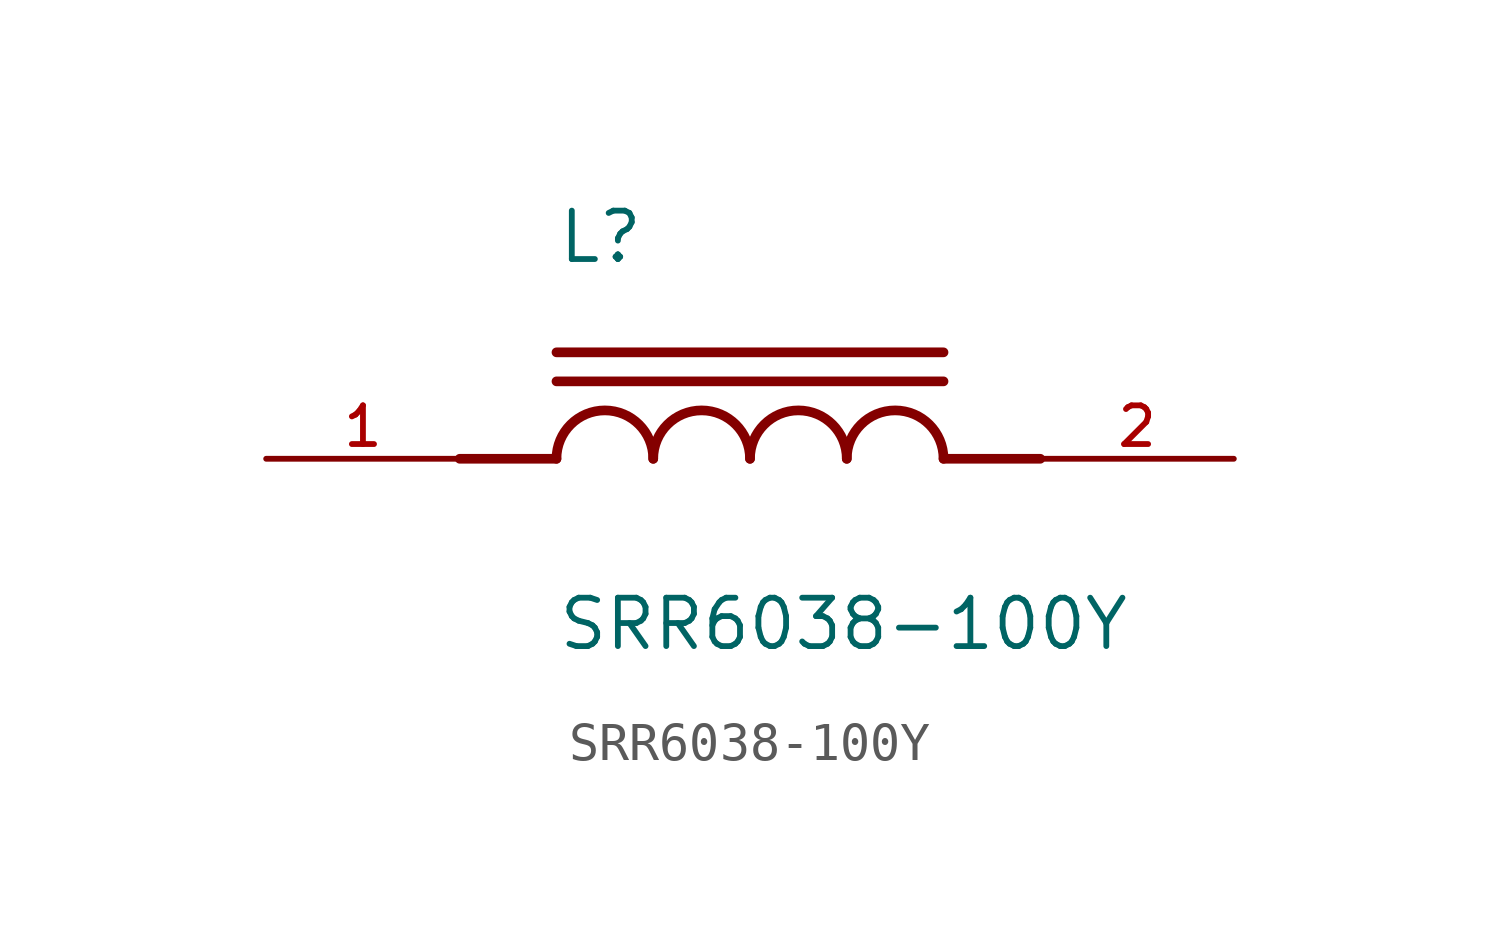
<source format=kicad_sym>
(kicad_symbol_lib
  (version 20211014)
  (generator kicad_symbol_editor)
  (symbol "SRR6038-100Y"
    (pin_names
      (offset 1.016))
    (property "Reference" "L"
      (at -5.08 5.08 0)
      (effects (font (size 1.27 1.27)) (justify bottom left)))
    (property "Value" "SRR6038-100Y"
      (at -5.08 -5.08 0)
      (effects (font (size 1.27 1.27)) (justify bottom left)))
    (symbol "SRR6038-100Y_0_0"
      (polyline (pts (xy -5.08 0.0) (xy -7.62 0.0)) (stroke (width 0.254)))
      (polyline (pts (xy 5.08 0.0) (xy 7.62 0.0)) (stroke (width 0.254)))
      (arc (start -2.54 0.0) (mid -3.81 1.27) (end -5.08 0.0) (stroke (width 0.254) (type default) (color 0 0 0 0)) (fill (type none)))
      (arc (start 0.0 0.0) (mid -1.27 1.27) (end -2.54 0.0) (stroke (width 0.254) (type default) (color 0 0 0 0)) (fill (type none)))
      (arc (start 2.54 0.0) (mid 1.27 1.27) (end 0.0 0.0) (stroke (width 0.254) (type default) (color 0 0 0 0)) (fill (type none)))
      (arc (start 5.08 0.0) (mid 3.81 1.27) (end 2.54 0.0) (stroke (width 0.254) (type default) (color 0 0 0 0)) (fill (type none)))
      (polyline (pts (xy -5.08 2.032) (xy 5.08 2.032)) (stroke (width 0.254)))
      (polyline (pts (xy -5.08 2.794) (xy 5.08 2.794)) (stroke (width 0.254)))
      (pin passive line (at -12.7 0.0 0) (length 5.08) (name "~" (effects (font (size 1.016 1.016)))) (number "1" (effects (font (size 1.016 1.016)))))
      (pin passive line (at 12.7 0.0 180.0) (length 5.08) (name "~" (effects (font (size 1.016 1.016)))) (number "2" (effects (font (size 1.016 1.016))))))))
</source>
